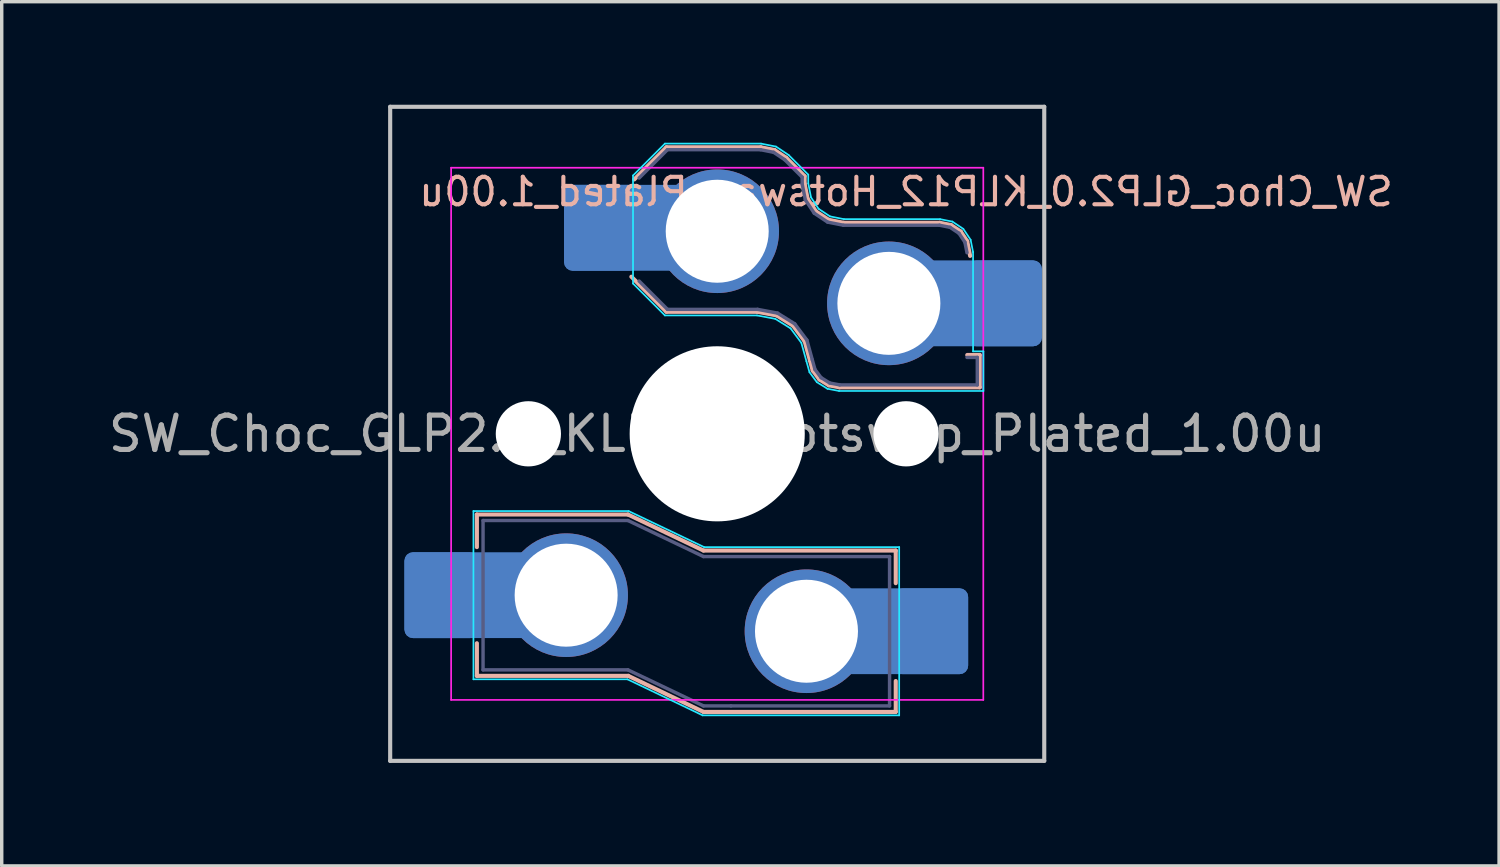
<source format=kicad_pcb>
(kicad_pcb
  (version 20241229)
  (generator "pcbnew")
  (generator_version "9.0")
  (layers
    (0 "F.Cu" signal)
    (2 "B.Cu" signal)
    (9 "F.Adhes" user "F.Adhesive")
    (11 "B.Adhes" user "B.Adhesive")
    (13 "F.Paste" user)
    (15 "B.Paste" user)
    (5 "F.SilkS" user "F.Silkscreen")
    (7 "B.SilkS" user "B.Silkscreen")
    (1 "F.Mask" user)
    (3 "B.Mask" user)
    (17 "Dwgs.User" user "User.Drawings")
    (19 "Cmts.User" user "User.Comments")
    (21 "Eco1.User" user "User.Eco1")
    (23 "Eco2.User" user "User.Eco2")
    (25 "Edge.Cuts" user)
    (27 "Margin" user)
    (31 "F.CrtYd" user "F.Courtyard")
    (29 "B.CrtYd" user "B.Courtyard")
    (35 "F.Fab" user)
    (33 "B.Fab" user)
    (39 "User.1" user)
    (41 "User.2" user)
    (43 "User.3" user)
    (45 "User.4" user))
  (footprint "SW_Choc_GLP2.0_KLP12_Hotswap_Plated_1.00u"
    (layer "F.Cu")
    (at 17.839 9.585)
    (property "Reference" "SW_Choc_GLP2.0_KLP12_Hotswap_Plated_1.00u" (at 5.5 -7.05 180) (layer "B.SilkS") (effects (font (size 0.8 0.8) (thickness 0.12)) (justify mirror)))
    (attr smd)
    (fp_line (start -7 2.35) (end -7 3.3) (stroke (width 0.12) (type solid)) (layer "B.SilkS"))
    (fp_line (start -7 2.35) (end -2.6 2.35) (stroke (width 0.12) (type solid)) (layer "B.SilkS"))
    (fp_line (start -7 7.05) (end -7 6.1) (stroke (width 0.12) (type solid)) (layer "B.SilkS"))
    (fp_line (start -7 7.05) (end -2.59 7.05) (stroke (width 0.12) (type solid)) (layer "B.SilkS"))
    (fp_line (start -2.6 2.35) (end -0.4 3.4) (stroke (width 0.12) (type solid)) (layer "B.SilkS"))
    (fp_line (start -2.59 7.05) (end -0.4 8.1) (stroke (width 0.12) (type solid)) (layer "B.SilkS"))
    (fp_line (start -2.416 -7.409) (end -1.479 -8.346) (stroke (width 0.12) (type solid)) (layer "B.SilkS"))
    (fp_line (start -1.479 -8.346) (end 1.268 -8.346) (stroke (width 0.12) (type solid)) (layer "B.SilkS"))
    (fp_line (start -1.479 -3.554) (end -2.5 -4.575) (stroke (width 0.12) (type solid)) (layer "B.SilkS"))
    (fp_line (start 1.168 -3.554) (end -1.479 -3.554) (stroke (width 0.12) (type solid)) (layer "B.SilkS"))
    (fp_line (start 1.268 -8.346) (end 1.671 -8.266) (stroke (width 0.12) (type solid)) (layer "B.SilkS"))
    (fp_line (start 1.671 -8.266) (end 2.013 -8.037) (stroke (width 0.12) (type solid)) (layer "B.SilkS"))
    (fp_line (start 1.73 -3.449) (end 1.168 -3.554) (stroke (width 0.12) (type solid)) (layer "B.SilkS"))
    (fp_line (start 2.013 -8.037) (end 2.546 -7.504) (stroke (width 0.12) (type solid)) (layer "B.SilkS"))
    (fp_line (start 2.209 -3.15) (end 1.73 -3.449) (stroke (width 0.12) (type solid)) (layer "B.SilkS"))
    (fp_line (start 2.546 -7.504) (end 2.546 -7.282) (stroke (width 0.12) (type solid)) (layer "B.SilkS"))
    (fp_line (start 2.546 -7.282) (end 2.633 -6.844) (stroke (width 0.12) (type solid)) (layer "B.SilkS"))
    (fp_line (start 2.547 -2.697) (end 2.209 -3.15) (stroke (width 0.12) (type solid)) (layer "B.SilkS"))
    (fp_line (start 2.633 -6.844) (end 2.877 -6.477) (stroke (width 0.12) (type solid)) (layer "B.SilkS"))
    (fp_line (start 2.701 -2.139) (end 2.547 -2.697) (stroke (width 0.12) (type solid)) (layer "B.SilkS"))
    (fp_line (start 2.783 -1.841) (end 2.701 -2.139) (stroke (width 0.12) (type solid)) (layer "B.SilkS"))
    (fp_line (start 2.877 -6.477) (end 3.244 -6.233) (stroke (width 0.12) (type solid)) (layer "B.SilkS"))
    (fp_line (start 2.976 -1.583) (end 2.783 -1.841) (stroke (width 0.12) (type solid)) (layer "B.SilkS"))
    (fp_line (start 3.244 -6.233) (end 3.682 -6.146) (stroke (width 0.12) (type solid)) (layer "B.SilkS"))
    (fp_line (start 3.25 -1.413) (end 2.976 -1.583) (stroke (width 0.12) (type solid)) (layer "B.SilkS"))
    (fp_line (start 3.56 -1.354) (end 3.25 -1.413) (stroke (width 0.12) (type solid)) (layer "B.SilkS"))
    (fp_line (start 3.682 -6.146) (end 6.482 -6.146) (stroke (width 0.12) (type solid)) (layer "B.SilkS"))
    (fp_line (start 5.2 3.4) (end -0.4 3.4) (stroke (width 0.12) (type solid)) (layer "B.SilkS"))
    (fp_line (start 5.2 3.4) (end 5.2 4.35) (stroke (width 0.12) (type solid)) (layer "B.SilkS"))
    (fp_line (start 5.2 8.1) (end -0.4 8.1) (stroke (width 0.12) (type solid)) (layer "B.SilkS"))
    (fp_line (start 5.2 8.1) (end 5.2 7.2) (stroke (width 0.12) (type solid)) (layer "B.SilkS"))
    (fp_line (start 6.482 -6.146) (end 6.809 -6.081) (stroke (width 0.12) (type solid)) (layer "B.SilkS"))
    (fp_line (start 6.809 -6.081) (end 7.092 -5.892) (stroke (width 0.12) (type solid)) (layer "B.SilkS"))
    (fp_line (start 7.092 -5.892) (end 7.281 -5.609) (stroke (width 0.12) (type solid)) (layer "B.SilkS"))
    (fp_line (start 7.281 -5.609) (end 7.366 -5.182) (stroke (width 0.12) (type solid)) (layer "B.SilkS"))
    (fp_line (start 7.283 -2.296) (end 7.646 -2.296) (stroke (width 0.12) (type solid)) (layer "B.SilkS"))
    (fp_line (start 7.646 -2.296) (end 7.646 -1.354) (stroke (width 0.12) (type solid)) (layer "B.SilkS"))
    (fp_line (start 7.646 -1.354) (end 3.56 -1.354) (stroke (width 0.12) (type solid)) (layer "B.SilkS"))
    (fp_line (start -9.525 -9.525) (end -9.525 9.525) (stroke (width 0.12) (type default)) (layer "Dwgs.User"))
    (fp_line (start -9.525 -9.525) (end 9.525 -9.525) (stroke (width 0.12) (type default)) (layer "Dwgs.User"))
    (fp_line (start 9.525 -9.525) (end 9.525 9.525) (stroke (width 0.12) (type default)) (layer "Dwgs.User"))
    (fp_line (start 9.525 9.525) (end -9.525 9.525) (stroke (width 0.12) (type default)) (layer "Dwgs.User"))
    (fp_line (start -7.1 2.25) (end -7.1 7.15) (stroke (width 0.05) (type solid)) (layer "B.CrtYd"))
    (fp_line (start -7.1 2.25) (end -2.58 2.25) (stroke (width 0.05) (type solid)) (layer "B.CrtYd"))
    (fp_line (start -7.1 7.15) (end -2.615 7.15) (stroke (width 0.05) (type solid)) (layer "B.CrtYd"))
    (fp_line (start -2.615 7.15) (end -0.425 8.2) (stroke (width 0.05) (type solid)) (layer "B.CrtYd"))
    (fp_line (start -2.58 2.25) (end -0.38 3.3) (stroke (width 0.05) (type solid)) (layer "B.CrtYd"))
    (fp_line (start -2.452 -7.523) (end -1.523 -8.452) (stroke (width 0.05) (type solid)) (layer "B.CrtYd"))
    (fp_line (start -2.452 -4.377) (end -2.452 -7.523) (stroke (width 0.05) (type solid)) (layer "B.CrtYd"))
    (fp_line (start -1.523 -8.452) (end 1.278 -8.452) (stroke (width 0.05) (type solid)) (layer "B.CrtYd"))
    (fp_line (start -1.523 -3.448) (end -2.452 -4.377) (stroke (width 0.05) (type solid)) (layer "B.CrtYd"))
    (fp_line (start 1.159 -3.448) (end -1.523 -3.448) (stroke (width 0.05) (type solid)) (layer "B.CrtYd"))
    (fp_line (start 1.278 -8.452) (end 1.712 -8.366) (stroke (width 0.05) (type solid)) (layer "B.CrtYd"))
    (fp_line (start 1.691 -3.348) (end 1.159 -3.448) (stroke (width 0.05) (type solid)) (layer "B.CrtYd"))
    (fp_line (start 1.712 -8.366) (end 2.081 -8.119) (stroke (width 0.05) (type solid)) (layer "B.CrtYd"))
    (fp_line (start 2.081 -8.119) (end 2.652 -7.548) (stroke (width 0.05) (type solid)) (layer "B.CrtYd"))
    (fp_line (start 2.136 -3.071) (end 1.691 -3.348) (stroke (width 0.05) (type solid)) (layer "B.CrtYd"))
    (fp_line (start 2.45 -2.65) (end 2.136 -3.071) (stroke (width 0.05) (type solid)) (layer "B.CrtYd"))
    (fp_line (start 2.599 -2.111) (end 2.45 -2.65) (stroke (width 0.05) (type solid)) (layer "B.CrtYd"))
    (fp_line (start 2.652 -7.548) (end 2.652 -7.292) (stroke (width 0.05) (type solid)) (layer "B.CrtYd"))
    (fp_line (start 2.652 -7.292) (end 2.733 -6.885) (stroke (width 0.05) (type solid)) (layer "B.CrtYd"))
    (fp_line (start 2.687 -1.794) (end 2.599 -2.111) (stroke (width 0.05) (type solid)) (layer "B.CrtYd"))
    (fp_line (start 2.733 -6.885) (end 2.953 -6.553) (stroke (width 0.05) (type solid)) (layer "B.CrtYd"))
    (fp_line (start 2.903 -1.503) (end 2.687 -1.794) (stroke (width 0.05) (type solid)) (layer "B.CrtYd"))
    (fp_line (start 2.953 -6.553) (end 3.285 -6.333) (stroke (width 0.05) (type solid)) (layer "B.CrtYd"))
    (fp_line (start 3.211 -1.312) (end 2.903 -1.503) (stroke (width 0.05) (type solid)) (layer "B.CrtYd"))
    (fp_line (start 3.285 -6.333) (end 3.692 -6.252) (stroke (width 0.05) (type solid)) (layer "B.CrtYd"))
    (fp_line (start 3.55 -1.248) (end 3.211 -1.312) (stroke (width 0.05) (type solid)) (layer "B.CrtYd"))
    (fp_line (start 3.692 -6.252) (end 6.492 -6.252) (stroke (width 0.05) (type solid)) (layer "B.CrtYd"))
    (fp_line (start 5.3 3.3) (end -0.38 3.3) (stroke (width 0.05) (type solid)) (layer "B.CrtYd"))
    (fp_line (start 5.3 3.3) (end 5.3 8.2) (stroke (width 0.05) (type solid)) (layer "B.CrtYd"))
    (fp_line (start 5.3 8.2) (end -0.425 8.2) (stroke (width 0.05) (type solid)) (layer "B.CrtYd"))
    (fp_line (start 6.492 -6.252) (end 6.85 -6.181) (stroke (width 0.05) (type solid)) (layer "B.CrtYd"))
    (fp_line (start 6.85 -6.181) (end 7.168 -5.968) (stroke (width 0.05) (type solid)) (layer "B.CrtYd"))
    (fp_line (start 7.168 -5.968) (end 7.381 -5.65) (stroke (width 0.05) (type solid)) (layer "B.CrtYd"))
    (fp_line (start 7.381 -5.65) (end 7.452 -5.292) (stroke (width 0.05) (type solid)) (layer "B.CrtYd"))
    (fp_line (start 7.452 -5.292) (end 7.452 -2.402) (stroke (width 0.05) (type solid)) (layer "B.CrtYd"))
    (fp_line (start 7.452 -2.402) (end 7.752 -2.402) (stroke (width 0.05) (type solid)) (layer "B.CrtYd"))
    (fp_line (start 7.752 -2.402) (end 7.752 -1.248) (stroke (width 0.05) (type solid)) (layer "B.CrtYd"))
    (fp_line (start 7.752 -1.248) (end 3.55 -1.248) (stroke (width 0.05) (type solid)) (layer "B.CrtYd"))
    (fp_line (start -7.75 7.75) (end -7.75 -7.75) (stroke (width 0.05) (type solid)) (layer "F.CrtYd"))
    (fp_line (start 7.75 -7.75) (end -7.75 -7.75) (stroke (width 0.05) (type solid)) (layer "F.CrtYd"))
    (fp_line (start 7.75 -7.75) (end 7.75 7.75) (stroke (width 0.05) (type solid)) (layer "F.CrtYd"))
    (fp_line (start 7.75 7.75) (end -7.75 7.75) (stroke (width 0.05) (type solid)) (layer "F.CrtYd"))
    (fp_line (start -6.82 2.525) (end -6.82 6.875) (stroke (width 0.1) (type solid)) (layer "B.Fab"))
    (fp_line (start -6.82 2.525) (end -2.6 2.525) (stroke (width 0.1) (type solid)) (layer "B.Fab"))
    (fp_line (start -6.82 6.875) (end -2.6 6.875) (stroke (width 0.1) (type solid)) (layer "B.Fab"))
    (fp_line (start -2.6 2.525) (end -0.4 3.575) (stroke (width 0.1) (type solid)) (layer "B.Fab"))
    (fp_line (start -2.6 6.875) (end -0.4 7.925) (stroke (width 0.1) (type solid)) (layer "B.Fab"))
    (fp_line (start -2.275 -7.45) (end -1.45 -8.275) (stroke (width 0.1) (type solid)) (layer "B.Fab"))
    (fp_line (start -1.45 -8.275) (end 1.261 -8.275) (stroke (width 0.1) (type solid)) (layer "B.Fab"))
    (fp_line (start -1.45 -3.625) (end -2.275 -4.45) (stroke (width 0.1) (type solid)) (layer "B.Fab"))
    (fp_line (start 0.4 7.925) (end -0.4 7.925) (stroke (width 0.1) (type solid)) (layer "B.Fab"))
    (fp_line (start 1.175 -3.625) (end -1.45 -3.625) (stroke (width 0.1) (type solid)) (layer "B.Fab"))
    (fp_line (start 1.261 -8.275) (end 1.643 -8.199) (stroke (width 0.1) (type solid)) (layer "B.Fab"))
    (fp_line (start 1.643 -8.199) (end 1.968 -7.982) (stroke (width 0.1) (type solid)) (layer "B.Fab"))
    (fp_line (start 1.756 -3.516) (end 1.175 -3.625) (stroke (width 0.1) (type solid)) (layer "B.Fab"))
    (fp_line (start 1.968 -7.982) (end 2.475 -7.475) (stroke (width 0.1) (type solid)) (layer "B.Fab"))
    (fp_line (start 2.258 -3.203) (end 1.756 -3.516) (stroke (width 0.1) (type solid)) (layer "B.Fab"))
    (fp_line (start 2.475 -7.475) (end 2.475 -7.275) (stroke (width 0.1) (type solid)) (layer "B.Fab"))
    (fp_line (start 2.475 -7.275) (end 2.566 -6.816) (stroke (width 0.1) (type solid)) (layer "B.Fab"))
    (fp_line (start 2.566 -6.816) (end 2.826 -6.426) (stroke (width 0.1) (type solid)) (layer "B.Fab"))
    (fp_line (start 2.612 -2.729) (end 2.258 -3.203) (stroke (width 0.1) (type solid)) (layer "B.Fab"))
    (fp_line (start 2.769 -2.158) (end 2.612 -2.729) (stroke (width 0.1) (type solid)) (layer "B.Fab"))
    (fp_line (start 2.826 -6.426) (end 3.216 -6.166) (stroke (width 0.1) (type solid)) (layer "B.Fab"))
    (fp_line (start 2.848 -1.873) (end 2.769 -2.158) (stroke (width 0.1) (type solid)) (layer "B.Fab"))
    (fp_line (start 3.025 -1.636) (end 2.848 -1.873) (stroke (width 0.1) (type solid)) (layer "B.Fab"))
    (fp_line (start 3.216 -6.166) (end 3.675 -6.075) (stroke (width 0.1) (type solid)) (layer "B.Fab"))
    (fp_line (start 3.276 -1.48) (end 3.025 -1.636) (stroke (width 0.1) (type solid)) (layer "B.Fab"))
    (fp_line (start 3.567 -1.425) (end 3.276 -1.48) (stroke (width 0.1) (type solid)) (layer "B.Fab"))
    (fp_line (start 3.675 -6.075) (end 6.475 -6.075) (stroke (width 0.1) (type solid)) (layer "B.Fab"))
    (fp_line (start 5.02 3.575) (end -0.4 3.575) (stroke (width 0.1) (type solid)) (layer "B.Fab"))
    (fp_line (start 5.02 3.575) (end 5.02 7.925) (stroke (width 0.1) (type solid)) (layer "B.Fab"))
    (fp_line (start 5.02 7.925) (end 0.4 7.925) (stroke (width 0.1) (type solid)) (layer "B.Fab"))
    (fp_line (start 6.475 -6.075) (end 6.781 -6.014) (stroke (width 0.1) (type solid)) (layer "B.Fab"))
    (fp_line (start 6.781 -6.014) (end 7.041 -5.841) (stroke (width 0.1) (type solid)) (layer "B.Fab"))
    (fp_line (start 7.041 -5.841) (end 7.214 -5.581) (stroke (width 0.1) (type solid)) (layer "B.Fab"))
    (fp_line (start 7.214 -5.581) (end 7.275 -5.275) (stroke (width 0.1) (type solid)) (layer "B.Fab"))
    (fp_line (start 7.275 -2.225) (end 7.575 -2.225) (stroke (width 0.1) (type solid)) (layer "B.Fab"))
    (fp_line (start 7.575 -2.225) (end 7.575 -1.425) (stroke (width 0.1) (type solid)) (layer "B.Fab"))
    (fp_line (start 7.575 -1.425) (end 3.567 -1.425) (stroke (width 0.1) (type solid)) (layer "B.Fab"))
    (fp_rect (start -7.05 -7.05) (end 7.05 7.05) (stroke (width 0.12) (type default)) (fill no) (layer "User.1"))
    (fp_text user "${REFERENCE}" (at 0 0 0) (layer "F.Fab") (effects (font (size 1 1) (thickness 0.15))))
    (pad "" np_thru_hole circle (at -5.5 0) (size 1.9 1.9) (drill 1.9) (layers "*.Cu" "*.Mask"))
    (pad "" np_thru_hole circle (at 0 0) (size 5.1 5.1) (drill 5.1) (layers "*.Cu" "*.Mask"))
    (pad "" np_thru_hole circle (at 5.5 0) (size 1.9 1.9) (drill 1.9) (layers "*.Cu" "*.Mask"))
    (pad "1" thru_hole circle (at 2.6 5.75) (size 3.6 3.6) (drill 3) (layers "*.Cu" "*.Mask"))
    (pad "1" thru_hole circle (at 5 -3.8) (size 3.6 3.6) (drill 3) (layers "*.Cu" "*.Mask"))
    (pad "1" smd roundrect (at 5.383 5.75) (size 3.85 2.5) (layers "B.Cu") (roundrect_rratio 0.1))
    (pad "1" smd roundrect (at 6.229 5.75) (size 2.159 2.5) (layers "B.Cu" "B.Mask" "B.Paste") (roundrect_rratio 0.116))
    (pad "1" smd roundrect (at 7.53 -3.8) (size 3.85 2.5) (layers "B.Cu") (roundrect_rratio 0.1))
    (pad "1" smd roundrect (at 8.376 -3.8) (size 2.159 2.5) (layers "B.Cu" "B.Mask" "B.Paste") (roundrect_rratio 0.116))
    (pad "2" smd roundrect (at -8.03 4.7) (size 2.159 2.5) (layers "B.Cu" "B.Mask" "B.Paste") (roundrect_rratio 0.116))
    (pad "2" smd roundrect (at -7.185 4.699) (size 3.85 2.5) (layers "B.Cu") (roundrect_rratio 0.1))
    (pad "2" thru_hole circle (at -4.4 4.7) (size 3.6 3.6) (drill 3) (layers "*.Cu" "*.Mask"))
    (pad "2" smd roundrect (at -3.381 -6) (size 2.159 2.5) (layers "B.Cu" "B.Mask" "B.Paste") (roundrect_rratio 0.116))
    (pad "2" smd roundrect (at -2.535 -6) (size 3.85 2.5) (layers "B.Cu") (roundrect_rratio 0.1))
    (pad "2" thru_hole circle (at 0 -5.9) (size 3.6 3.6) (drill 3) (layers "*.Cu" "*.Mask")))
  (gr_rect
    (start -3 -3)
    (end 40.611 22.17)
    (stroke (width 0.1) (type default))
    (fill no)
    (layer "Edge.Cuts")))
</source>
